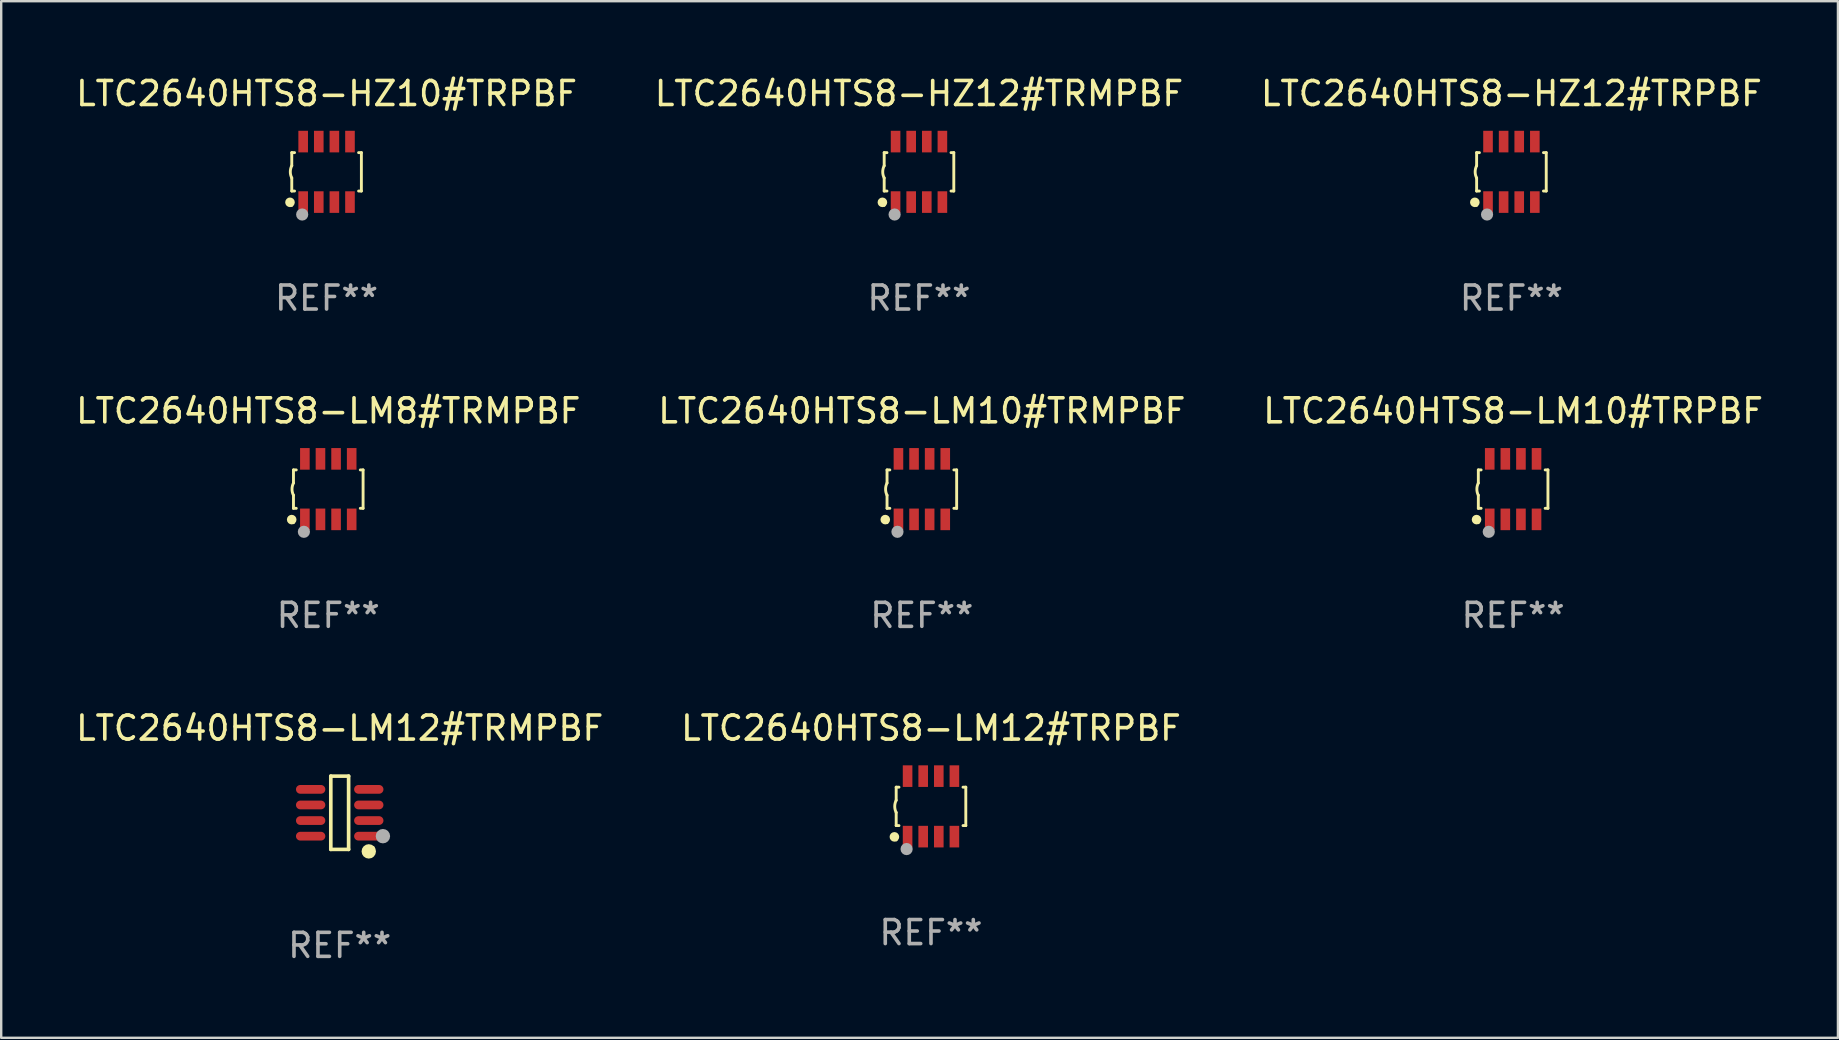
<source format=kicad_pcb>
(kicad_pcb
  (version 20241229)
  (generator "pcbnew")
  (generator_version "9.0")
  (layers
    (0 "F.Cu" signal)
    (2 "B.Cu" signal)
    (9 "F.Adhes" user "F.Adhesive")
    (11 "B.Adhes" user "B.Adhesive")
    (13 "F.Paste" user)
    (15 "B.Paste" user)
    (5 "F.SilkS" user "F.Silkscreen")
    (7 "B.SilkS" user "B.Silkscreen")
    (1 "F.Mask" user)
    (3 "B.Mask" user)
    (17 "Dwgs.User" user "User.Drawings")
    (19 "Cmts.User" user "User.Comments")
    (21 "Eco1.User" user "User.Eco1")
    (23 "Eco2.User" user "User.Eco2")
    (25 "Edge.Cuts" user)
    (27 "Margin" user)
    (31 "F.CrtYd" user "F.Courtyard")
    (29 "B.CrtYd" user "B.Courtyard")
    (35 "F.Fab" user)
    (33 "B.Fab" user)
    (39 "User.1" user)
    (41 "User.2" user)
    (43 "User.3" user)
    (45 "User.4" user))
  (footprint "LTC2640HTS8-HZ12#TRMPBF"
    (layer "F.Cu")
    (at 35.232 4.108)
    (property "Reference" "LTC2640HTS8-HZ12#TRMPBF" (at 0 -3.26 0) (layer "F.SilkS") (effects (font (size 1 1) (thickness 0.15))))
    (attr through_hole)
    (fp_line (start -1.45 -0.8) (end -1.45 -0.254) (stroke (width 0.12) (type solid)) (layer "F.SilkS"))
    (fp_line (start -1.45 -0.8) (end -1.334 -0.8) (stroke (width 0.12) (type solid)) (layer "F.SilkS"))
    (fp_line (start -1.45 0.8) (end -1.45 0.254) (stroke (width 0.12) (type solid)) (layer "F.SilkS"))
    (fp_line (start -1.45 0.8) (end -1.334 0.8) (stroke (width 0.12) (type solid)) (layer "F.SilkS"))
    (fp_line (start 1.334 -0.8) (end 1.45 -0.8) (stroke (width 0.12) (type solid)) (layer "F.SilkS"))
    (fp_line (start 1.334 0.8) (end 1.45 0.8) (stroke (width 0.12) (type solid)) (layer "F.SilkS"))
    (fp_line (start 1.45 0.8) (end 1.45 -0.8) (stroke (width 0.12) (type solid)) (layer "F.SilkS"))
    (fp_arc (start -1.45075 0.255144) (mid -1.510605 0.000434) (end -1.450013 -0.254102) (stroke (width 0.11999) (type solid)) (layer "F.SilkS"))
    (fp_circle (center -1.524 1.27) (end -1.424 1.27) (stroke (width 0.2) (type solid)) (fill no) (layer "F.SilkS"))
    (fp_circle (center -1.45 1.4) (end -1.42 1.4) (stroke (width 0.06) (type solid)) (fill no) (layer "F.SilkS"))
    (fp_circle (center -1.016 1.778) (end -0.889 1.778) (stroke (width 0.254) (type solid)) (fill no) (layer "F.Fab"))
    (fp_text user "REF**" (at 0 5.26 0) (layer "F.Fab") (effects (font (size 1 1) (thickness 0.15))))
    (pad "1" smd rect (at -0.975 1.26) (size 0.4 0.9) (layers "F.Cu" "F.Mask" "F.Paste"))
    (pad "2" smd rect (at -0.325 1.26) (size 0.4 0.9) (layers "F.Cu" "F.Mask" "F.Paste"))
    (pad "3" smd rect (at 0.325 1.26) (size 0.4 0.9) (layers "F.Cu" "F.Mask" "F.Paste"))
    (pad "4" smd rect (at 0.975 1.26) (size 0.4 0.9) (layers "F.Cu" "F.Mask" "F.Paste"))
    (pad "5" smd rect (at 0.975 -1.26) (size 0.4 0.9) (layers "F.Cu" "F.Mask" "F.Paste"))
    (pad "6" smd rect (at 0.325 -1.26) (size 0.4 0.9) (layers "F.Cu" "F.Mask" "F.Paste"))
    (pad "7" smd rect (at -0.325 -1.26) (size 0.4 0.9) (layers "F.Cu" "F.Mask" "F.Paste"))
    (pad "8" smd rect (at -0.975 -1.26) (size 0.4 0.9) (layers "F.Cu" "F.Mask" "F.Paste")))
  (footprint "LTC2640HTS8-LM12#TRMPBF"
    (layer "F.Cu")
    (at 11.101 30.807)
    (property "Reference" "LTC2640HTS8-LM12#TRMPBF" (at 0 -3.526 0) (layer "F.SilkS") (effects (font (size 1 1) (thickness 0.15))))
    (attr through_hole)
    (fp_line (start -0.371 -1.526) (end 0.371 -1.526) (stroke (width 0.152) (type solid)) (layer "F.SilkS"))
    (fp_line (start -0.371 1.526) (end -0.371 -1.526) (stroke (width 0.152) (type solid)) (layer "F.SilkS"))
    (fp_line (start 0.371 -1.526) (end 0.371 1.526) (stroke (width 0.152) (type solid)) (layer "F.SilkS"))
    (fp_line (start 0.371 1.526) (end -0.371 1.526) (stroke (width 0.152) (type solid)) (layer "F.SilkS"))
    (fp_circle (center 1.211 1.609) (end 1.361 1.609) (stroke (width 0.3) (type solid)) (fill no) (layer "F.SilkS"))
    (fp_circle (center 1.4 1.45) (end 1.43 1.45) (stroke (width 0.06) (type solid)) (fill no) (layer "F.SilkS"))
    (fp_circle (center 1.8 0.975) (end 1.95 0.975) (stroke (width 0.3) (type solid)) (fill no) (layer "F.Fab"))
    (fp_text user "REF**" (at 0 5.526 0) (layer "F.Fab") (effects (font (size 1 1) (thickness 0.15))))
    (pad "1" smd oval (at 1.211 0.975) (size 1.222 0.364) (layers "F.Cu" "F.Mask" "F.Paste"))
    (pad "2" smd oval (at 1.211 0.325) (size 1.222 0.364) (layers "F.Cu" "F.Mask" "F.Paste"))
    (pad "3" smd oval (at 1.211 -0.325) (size 1.222 0.364) (layers "F.Cu" "F.Mask" "F.Paste"))
    (pad "4" smd oval (at 1.211 -0.975) (size 1.222 0.364) (layers "F.Cu" "F.Mask" "F.Paste"))
    (pad "5" smd oval (at -1.211 -0.975) (size 1.222 0.364) (layers "F.Cu" "F.Mask" "F.Paste"))
    (pad "6" smd oval (at -1.211 -0.325) (size 1.222 0.364) (layers "F.Cu" "F.Mask" "F.Paste"))
    (pad "7" smd oval (at -1.211 0.325) (size 1.222 0.364) (layers "F.Cu" "F.Mask" "F.Paste"))
    (pad "8" smd oval (at -1.211 0.975) (size 1.222 0.364) (layers "F.Cu" "F.Mask" "F.Paste")))
  (footprint "LTC2640HTS8-LM10#TRPBF"
    (layer "F.Cu")
    (at 59.982 17.325)
    (property "Reference" "LTC2640HTS8-LM10#TRPBF" (at 0 -3.26 0) (layer "F.SilkS") (effects (font (size 1 1) (thickness 0.15))))
    (attr through_hole)
    (fp_line (start -1.45 -0.8) (end -1.45 -0.254) (stroke (width 0.12) (type solid)) (layer "F.SilkS"))
    (fp_line (start -1.45 -0.8) (end -1.334 -0.8) (stroke (width 0.12) (type solid)) (layer "F.SilkS"))
    (fp_line (start -1.45 0.8) (end -1.45 0.254) (stroke (width 0.12) (type solid)) (layer "F.SilkS"))
    (fp_line (start -1.45 0.8) (end -1.334 0.8) (stroke (width 0.12) (type solid)) (layer "F.SilkS"))
    (fp_line (start 1.334 -0.8) (end 1.45 -0.8) (stroke (width 0.12) (type solid)) (layer "F.SilkS"))
    (fp_line (start 1.334 0.8) (end 1.45 0.8) (stroke (width 0.12) (type solid)) (layer "F.SilkS"))
    (fp_line (start 1.45 0.8) (end 1.45 -0.8) (stroke (width 0.12) (type solid)) (layer "F.SilkS"))
    (fp_arc (start -1.45075 0.255144) (mid -1.510605 0.000434) (end -1.450013 -0.254102) (stroke (width 0.11999) (type solid)) (layer "F.SilkS"))
    (fp_circle (center -1.524 1.27) (end -1.424 1.27) (stroke (width 0.2) (type solid)) (fill no) (layer "F.SilkS"))
    (fp_circle (center -1.45 1.4) (end -1.42 1.4) (stroke (width 0.06) (type solid)) (fill no) (layer "F.SilkS"))
    (fp_circle (center -1.016 1.778) (end -0.889 1.778) (stroke (width 0.254) (type solid)) (fill no) (layer "F.Fab"))
    (fp_text user "REF**" (at 0 5.26 0) (layer "F.Fab") (effects (font (size 1 1) (thickness 0.15))))
    (pad "1" smd rect (at -0.975 1.26) (size 0.4 0.9) (layers "F.Cu" "F.Mask" "F.Paste"))
    (pad "2" smd rect (at -0.325 1.26) (size 0.4 0.9) (layers "F.Cu" "F.Mask" "F.Paste"))
    (pad "3" smd rect (at 0.325 1.26) (size 0.4 0.9) (layers "F.Cu" "F.Mask" "F.Paste"))
    (pad "4" smd rect (at 0.975 1.26) (size 0.4 0.9) (layers "F.Cu" "F.Mask" "F.Paste"))
    (pad "5" smd rect (at 0.975 -1.26) (size 0.4 0.9) (layers "F.Cu" "F.Mask" "F.Paste"))
    (pad "6" smd rect (at 0.325 -1.26) (size 0.4 0.9) (layers "F.Cu" "F.Mask" "F.Paste"))
    (pad "7" smd rect (at -0.325 -1.26) (size 0.4 0.9) (layers "F.Cu" "F.Mask" "F.Paste"))
    (pad "8" smd rect (at -0.975 -1.26) (size 0.4 0.9) (layers "F.Cu" "F.Mask" "F.Paste")))
  (footprint "LTC2640HTS8-HZ12#TRPBF"
    (layer "F.Cu")
    (at 59.911 4.108)
    (property "Reference" "LTC2640HTS8-HZ12#TRPBF" (at 0 -3.26 0) (layer "F.SilkS") (effects (font (size 1 1) (thickness 0.15))))
    (attr through_hole)
    (fp_line (start -1.45 -0.8) (end -1.45 -0.254) (stroke (width 0.12) (type solid)) (layer "F.SilkS"))
    (fp_line (start -1.45 -0.8) (end -1.334 -0.8) (stroke (width 0.12) (type solid)) (layer "F.SilkS"))
    (fp_line (start -1.45 0.8) (end -1.45 0.254) (stroke (width 0.12) (type solid)) (layer "F.SilkS"))
    (fp_line (start -1.45 0.8) (end -1.334 0.8) (stroke (width 0.12) (type solid)) (layer "F.SilkS"))
    (fp_line (start 1.334 -0.8) (end 1.45 -0.8) (stroke (width 0.12) (type solid)) (layer "F.SilkS"))
    (fp_line (start 1.334 0.8) (end 1.45 0.8) (stroke (width 0.12) (type solid)) (layer "F.SilkS"))
    (fp_line (start 1.45 0.8) (end 1.45 -0.8) (stroke (width 0.12) (type solid)) (layer "F.SilkS"))
    (fp_arc (start -1.45075 0.255144) (mid -1.510605 0.000434) (end -1.450013 -0.254102) (stroke (width 0.11999) (type solid)) (layer "F.SilkS"))
    (fp_circle (center -1.524 1.27) (end -1.424 1.27) (stroke (width 0.2) (type solid)) (fill no) (layer "F.SilkS"))
    (fp_circle (center -1.45 1.4) (end -1.42 1.4) (stroke (width 0.06) (type solid)) (fill no) (layer "F.SilkS"))
    (fp_circle (center -1.016 1.778) (end -0.889 1.778) (stroke (width 0.254) (type solid)) (fill no) (layer "F.Fab"))
    (fp_text user "REF**" (at 0 5.26 0) (layer "F.Fab") (effects (font (size 1 1) (thickness 0.15))))
    (pad "1" smd rect (at -0.975 1.26) (size 0.4 0.9) (layers "F.Cu" "F.Mask" "F.Paste"))
    (pad "2" smd rect (at -0.325 1.26) (size 0.4 0.9) (layers "F.Cu" "F.Mask" "F.Paste"))
    (pad "3" smd rect (at 0.325 1.26) (size 0.4 0.9) (layers "F.Cu" "F.Mask" "F.Paste"))
    (pad "4" smd rect (at 0.975 1.26) (size 0.4 0.9) (layers "F.Cu" "F.Mask" "F.Paste"))
    (pad "5" smd rect (at 0.975 -1.26) (size 0.4 0.9) (layers "F.Cu" "F.Mask" "F.Paste"))
    (pad "6" smd rect (at 0.325 -1.26) (size 0.4 0.9) (layers "F.Cu" "F.Mask" "F.Paste"))
    (pad "7" smd rect (at -0.325 -1.26) (size 0.4 0.9) (layers "F.Cu" "F.Mask" "F.Paste"))
    (pad "8" smd rect (at -0.975 -1.26) (size 0.4 0.9) (layers "F.Cu" "F.Mask" "F.Paste")))
  (footprint "LTC2640HTS8-LM10#TRMPBF"
    (layer "F.Cu")
    (at 35.351 17.325)
    (property "Reference" "LTC2640HTS8-LM10#TRMPBF" (at 0 -3.26 0) (layer "F.SilkS") (effects (font (size 1 1) (thickness 0.15))))
    (attr through_hole)
    (fp_line (start -1.45 -0.8) (end -1.45 -0.254) (stroke (width 0.12) (type solid)) (layer "F.SilkS"))
    (fp_line (start -1.45 -0.8) (end -1.334 -0.8) (stroke (width 0.12) (type solid)) (layer "F.SilkS"))
    (fp_line (start -1.45 0.8) (end -1.45 0.254) (stroke (width 0.12) (type solid)) (layer "F.SilkS"))
    (fp_line (start -1.45 0.8) (end -1.334 0.8) (stroke (width 0.12) (type solid)) (layer "F.SilkS"))
    (fp_line (start 1.334 -0.8) (end 1.45 -0.8) (stroke (width 0.12) (type solid)) (layer "F.SilkS"))
    (fp_line (start 1.334 0.8) (end 1.45 0.8) (stroke (width 0.12) (type solid)) (layer "F.SilkS"))
    (fp_line (start 1.45 0.8) (end 1.45 -0.8) (stroke (width 0.12) (type solid)) (layer "F.SilkS"))
    (fp_arc (start -1.45075 0.255144) (mid -1.510605 0.000434) (end -1.450013 -0.254102) (stroke (width 0.11999) (type solid)) (layer "F.SilkS"))
    (fp_circle (center -1.524 1.27) (end -1.424 1.27) (stroke (width 0.2) (type solid)) (fill no) (layer "F.SilkS"))
    (fp_circle (center -1.45 1.4) (end -1.42 1.4) (stroke (width 0.06) (type solid)) (fill no) (layer "F.SilkS"))
    (fp_circle (center -1.016 1.778) (end -0.889 1.778) (stroke (width 0.254) (type solid)) (fill no) (layer "F.Fab"))
    (fp_text user "REF**" (at 0 5.26 0) (layer "F.Fab") (effects (font (size 1 1) (thickness 0.15))))
    (pad "1" smd rect (at -0.975 1.26) (size 0.4 0.9) (layers "F.Cu" "F.Mask" "F.Paste"))
    (pad "2" smd rect (at -0.325 1.26) (size 0.4 0.9) (layers "F.Cu" "F.Mask" "F.Paste"))
    (pad "3" smd rect (at 0.325 1.26) (size 0.4 0.9) (layers "F.Cu" "F.Mask" "F.Paste"))
    (pad "4" smd rect (at 0.975 1.26) (size 0.4 0.9) (layers "F.Cu" "F.Mask" "F.Paste"))
    (pad "5" smd rect (at 0.975 -1.26) (size 0.4 0.9) (layers "F.Cu" "F.Mask" "F.Paste"))
    (pad "6" smd rect (at 0.325 -1.26) (size 0.4 0.9) (layers "F.Cu" "F.Mask" "F.Paste"))
    (pad "7" smd rect (at -0.325 -1.26) (size 0.4 0.9) (layers "F.Cu" "F.Mask" "F.Paste"))
    (pad "8" smd rect (at -0.975 -1.26) (size 0.4 0.9) (layers "F.Cu" "F.Mask" "F.Paste")))
  (footprint "LTC2640HTS8-LM12#TRPBF"
    (layer "F.Cu")
    (at 35.732 30.541)
    (property "Reference" "LTC2640HTS8-LM12#TRPBF" (at 0 -3.26 0) (layer "F.SilkS") (effects (font (size 1 1) (thickness 0.15))))
    (attr through_hole)
    (fp_line (start -1.45 -0.8) (end -1.45 -0.254) (stroke (width 0.12) (type solid)) (layer "F.SilkS"))
    (fp_line (start -1.45 -0.8) (end -1.334 -0.8) (stroke (width 0.12) (type solid)) (layer "F.SilkS"))
    (fp_line (start -1.45 0.8) (end -1.45 0.254) (stroke (width 0.12) (type solid)) (layer "F.SilkS"))
    (fp_line (start -1.45 0.8) (end -1.334 0.8) (stroke (width 0.12) (type solid)) (layer "F.SilkS"))
    (fp_line (start 1.334 -0.8) (end 1.45 -0.8) (stroke (width 0.12) (type solid)) (layer "F.SilkS"))
    (fp_line (start 1.334 0.8) (end 1.45 0.8) (stroke (width 0.12) (type solid)) (layer "F.SilkS"))
    (fp_line (start 1.45 0.8) (end 1.45 -0.8) (stroke (width 0.12) (type solid)) (layer "F.SilkS"))
    (fp_arc (start -1.45075 0.255144) (mid -1.510605 0.000434) (end -1.450013 -0.254102) (stroke (width 0.11999) (type solid)) (layer "F.SilkS"))
    (fp_circle (center -1.524 1.27) (end -1.424 1.27) (stroke (width 0.2) (type solid)) (fill no) (layer "F.SilkS"))
    (fp_circle (center -1.45 1.4) (end -1.42 1.4) (stroke (width 0.06) (type solid)) (fill no) (layer "F.SilkS"))
    (fp_circle (center -1.016 1.778) (end -0.889 1.778) (stroke (width 0.254) (type solid)) (fill no) (layer "F.Fab"))
    (fp_text user "REF**" (at 0 5.26 0) (layer "F.Fab") (effects (font (size 1 1) (thickness 0.15))))
    (pad "1" smd rect (at -0.975 1.26) (size 0.4 0.9) (layers "F.Cu" "F.Mask" "F.Paste"))
    (pad "2" smd rect (at -0.325 1.26) (size 0.4 0.9) (layers "F.Cu" "F.Mask" "F.Paste"))
    (pad "3" smd rect (at 0.325 1.26) (size 0.4 0.9) (layers "F.Cu" "F.Mask" "F.Paste"))
    (pad "4" smd rect (at 0.975 1.26) (size 0.4 0.9) (layers "F.Cu" "F.Mask" "F.Paste"))
    (pad "5" smd rect (at 0.975 -1.26) (size 0.4 0.9) (layers "F.Cu" "F.Mask" "F.Paste"))
    (pad "6" smd rect (at 0.325 -1.26) (size 0.4 0.9) (layers "F.Cu" "F.Mask" "F.Paste"))
    (pad "7" smd rect (at -0.325 -1.26) (size 0.4 0.9) (layers "F.Cu" "F.Mask" "F.Paste"))
    (pad "8" smd rect (at -0.975 -1.26) (size 0.4 0.9) (layers "F.Cu" "F.Mask" "F.Paste")))
  (footprint "LTC2640HTS8-HZ10#TRPBF"
    (layer "F.Cu")
    (at 10.554 4.108)
    (property "Reference" "LTC2640HTS8-HZ10#TRPBF" (at 0 -3.26 0) (layer "F.SilkS") (effects (font (size 1 1) (thickness 0.15))))
    (attr through_hole)
    (fp_line (start -1.45 -0.8) (end -1.45 -0.254) (stroke (width 0.12) (type solid)) (layer "F.SilkS"))
    (fp_line (start -1.45 -0.8) (end -1.334 -0.8) (stroke (width 0.12) (type solid)) (layer "F.SilkS"))
    (fp_line (start -1.45 0.8) (end -1.45 0.254) (stroke (width 0.12) (type solid)) (layer "F.SilkS"))
    (fp_line (start -1.45 0.8) (end -1.334 0.8) (stroke (width 0.12) (type solid)) (layer "F.SilkS"))
    (fp_line (start 1.334 -0.8) (end 1.45 -0.8) (stroke (width 0.12) (type solid)) (layer "F.SilkS"))
    (fp_line (start 1.334 0.8) (end 1.45 0.8) (stroke (width 0.12) (type solid)) (layer "F.SilkS"))
    (fp_line (start 1.45 0.8) (end 1.45 -0.8) (stroke (width 0.12) (type solid)) (layer "F.SilkS"))
    (fp_arc (start -1.45075 0.255144) (mid -1.510605 0.000434) (end -1.450013 -0.254102) (stroke (width 0.11999) (type solid)) (layer "F.SilkS"))
    (fp_circle (center -1.524 1.27) (end -1.424 1.27) (stroke (width 0.2) (type solid)) (fill no) (layer "F.SilkS"))
    (fp_circle (center -1.45 1.4) (end -1.42 1.4) (stroke (width 0.06) (type solid)) (fill no) (layer "F.SilkS"))
    (fp_circle (center -1.016 1.778) (end -0.889 1.778) (stroke (width 0.254) (type solid)) (fill no) (layer "F.Fab"))
    (fp_text user "REF**" (at 0 5.26 0) (layer "F.Fab") (effects (font (size 1 1) (thickness 0.15))))
    (pad "1" smd rect (at -0.975 1.26) (size 0.4 0.9) (layers "F.Cu" "F.Mask" "F.Paste"))
    (pad "2" smd rect (at -0.325 1.26) (size 0.4 0.9) (layers "F.Cu" "F.Mask" "F.Paste"))
    (pad "3" smd rect (at 0.325 1.26) (size 0.4 0.9) (layers "F.Cu" "F.Mask" "F.Paste"))
    (pad "4" smd rect (at 0.975 1.26) (size 0.4 0.9) (layers "F.Cu" "F.Mask" "F.Paste"))
    (pad "5" smd rect (at 0.975 -1.26) (size 0.4 0.9) (layers "F.Cu" "F.Mask" "F.Paste"))
    (pad "6" smd rect (at 0.325 -1.26) (size 0.4 0.9) (layers "F.Cu" "F.Mask" "F.Paste"))
    (pad "7" smd rect (at -0.325 -1.26) (size 0.4 0.9) (layers "F.Cu" "F.Mask" "F.Paste"))
    (pad "8" smd rect (at -0.975 -1.26) (size 0.4 0.9) (layers "F.Cu" "F.Mask" "F.Paste")))
  (footprint "LTC2640HTS8-LM8#TRMPBF"
    (layer "F.Cu")
    (at 10.625 17.325)
    (property "Reference" "LTC2640HTS8-LM8#TRMPBF" (at 0 -3.26 0) (layer "F.SilkS") (effects (font (size 1 1) (thickness 0.15))))
    (attr through_hole)
    (fp_line (start -1.45 -0.8) (end -1.45 -0.254) (stroke (width 0.12) (type solid)) (layer "F.SilkS"))
    (fp_line (start -1.45 -0.8) (end -1.334 -0.8) (stroke (width 0.12) (type solid)) (layer "F.SilkS"))
    (fp_line (start -1.45 0.8) (end -1.45 0.254) (stroke (width 0.12) (type solid)) (layer "F.SilkS"))
    (fp_line (start -1.45 0.8) (end -1.334 0.8) (stroke (width 0.12) (type solid)) (layer "F.SilkS"))
    (fp_line (start 1.334 -0.8) (end 1.45 -0.8) (stroke (width 0.12) (type solid)) (layer "F.SilkS"))
    (fp_line (start 1.334 0.8) (end 1.45 0.8) (stroke (width 0.12) (type solid)) (layer "F.SilkS"))
    (fp_line (start 1.45 0.8) (end 1.45 -0.8) (stroke (width 0.12) (type solid)) (layer "F.SilkS"))
    (fp_arc (start -1.45075 0.255144) (mid -1.510605 0.000434) (end -1.450013 -0.254102) (stroke (width 0.11999) (type solid)) (layer "F.SilkS"))
    (fp_circle (center -1.524 1.27) (end -1.424 1.27) (stroke (width 0.2) (type solid)) (fill no) (layer "F.SilkS"))
    (fp_circle (center -1.45 1.4) (end -1.42 1.4) (stroke (width 0.06) (type solid)) (fill no) (layer "F.SilkS"))
    (fp_circle (center -1.016 1.778) (end -0.889 1.778) (stroke (width 0.254) (type solid)) (fill no) (layer "F.Fab"))
    (fp_text user "REF**" (at 0 5.26 0) (layer "F.Fab") (effects (font (size 1 1) (thickness 0.15))))
    (pad "1" smd rect (at -0.975 1.26) (size 0.4 0.9) (layers "F.Cu" "F.Mask" "F.Paste"))
    (pad "2" smd rect (at -0.325 1.26) (size 0.4 0.9) (layers "F.Cu" "F.Mask" "F.Paste"))
    (pad "3" smd rect (at 0.325 1.26) (size 0.4 0.9) (layers "F.Cu" "F.Mask" "F.Paste"))
    (pad "4" smd rect (at 0.975 1.26) (size 0.4 0.9) (layers "F.Cu" "F.Mask" "F.Paste"))
    (pad "5" smd rect (at 0.975 -1.26) (size 0.4 0.9) (layers "F.Cu" "F.Mask" "F.Paste"))
    (pad "6" smd rect (at 0.325 -1.26) (size 0.4 0.9) (layers "F.Cu" "F.Mask" "F.Paste"))
    (pad "7" smd rect (at -0.325 -1.26) (size 0.4 0.9) (layers "F.Cu" "F.Mask" "F.Paste"))
    (pad "8" smd rect (at -0.975 -1.26) (size 0.4 0.9) (layers "F.Cu" "F.Mask" "F.Paste")))
  (gr_rect
    (start -3 -3)
    (end 73.512 40.182)
    (stroke (width 0.1) (type default))
    (fill no)
    (layer "Edge.Cuts")))
</source>
